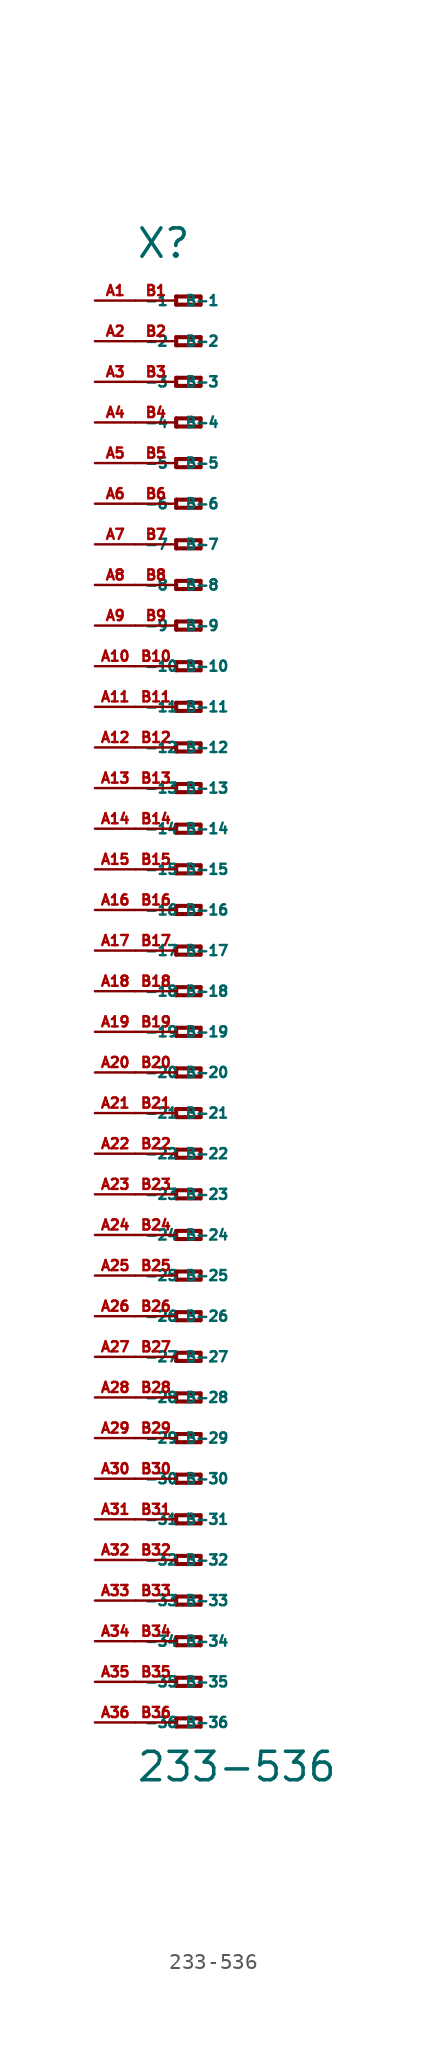
<source format=kicad_sym>
(kicad_symbol_lib
  (version 20220914)
  (generator Eagle2Kicad)
  (symbol "233-536"
    (property "Reference" "X"
      (at -5.08 45.72 0)
      (effects (font (size 1.778 1.778) (thickness 0.22)) (justify left bottom)))
    (property "Value" "233-536"
      (at -5.08 -49.53 0)
      (effects (font (size 1.778 1.778) (thickness 0.22)) (justify left bottom)))
    (polyline
      (pts (xy -2.54 43.434) (xy -2.54 42.926))
      (stroke (width 0.254) (type default))
      (fill (type none)))
    (polyline
      (pts (xy -2.54 42.926) (xy -1.016 42.926))
      (stroke (width 0.254) (type default))
      (fill (type none)))
    (polyline
      (pts (xy -1.016 42.926) (xy -1.016 43.434))
      (stroke (width 0.254) (type default))
      (fill (type none)))
    (polyline
      (pts (xy -1.016 43.434) (xy -2.54 43.434))
      (stroke (width 0.254) (type default))
      (fill (type none)))
    (polyline
      (pts (xy -2.54 40.894) (xy -2.54 40.386))
      (stroke (width 0.254) (type default))
      (fill (type none)))
    (polyline
      (pts (xy -2.54 40.386) (xy -1.016 40.386))
      (stroke (width 0.254) (type default))
      (fill (type none)))
    (polyline
      (pts (xy -1.016 40.386) (xy -1.016 40.894))
      (stroke (width 0.254) (type default))
      (fill (type none)))
    (polyline
      (pts (xy -1.016 40.894) (xy -2.54 40.894))
      (stroke (width 0.254) (type default))
      (fill (type none)))
    (polyline
      (pts (xy -2.54 38.354) (xy -2.54 37.846))
      (stroke (width 0.254) (type default))
      (fill (type none)))
    (polyline
      (pts (xy -2.54 37.846) (xy -1.016 37.846))
      (stroke (width 0.254) (type default))
      (fill (type none)))
    (polyline
      (pts (xy -1.016 37.846) (xy -1.016 38.354))
      (stroke (width 0.254) (type default))
      (fill (type none)))
    (polyline
      (pts (xy -1.016 38.354) (xy -2.54 38.354))
      (stroke (width 0.254) (type default))
      (fill (type none)))
    (polyline
      (pts (xy -2.54 35.814) (xy -2.54 35.306))
      (stroke (width 0.254) (type default))
      (fill (type none)))
    (polyline
      (pts (xy -2.54 35.306) (xy -1.016 35.306))
      (stroke (width 0.254) (type default))
      (fill (type none)))
    (polyline
      (pts (xy -1.016 35.306) (xy -1.016 35.814))
      (stroke (width 0.254) (type default))
      (fill (type none)))
    (polyline
      (pts (xy -1.016 35.814) (xy -2.54 35.814))
      (stroke (width 0.254) (type default))
      (fill (type none)))
    (polyline
      (pts (xy -2.54 33.274) (xy -2.54 32.766))
      (stroke (width 0.254) (type default))
      (fill (type none)))
    (polyline
      (pts (xy -2.54 32.766) (xy -1.016 32.766))
      (stroke (width 0.254) (type default))
      (fill (type none)))
    (polyline
      (pts (xy -1.016 32.766) (xy -1.016 33.274))
      (stroke (width 0.254) (type default))
      (fill (type none)))
    (polyline
      (pts (xy -1.016 33.274) (xy -2.54 33.274))
      (stroke (width 0.254) (type default))
      (fill (type none)))
    (polyline
      (pts (xy -2.54 30.734) (xy -2.54 30.226))
      (stroke (width 0.254) (type default))
      (fill (type none)))
    (polyline
      (pts (xy -2.54 30.226) (xy -1.016 30.226))
      (stroke (width 0.254) (type default))
      (fill (type none)))
    (polyline
      (pts (xy -1.016 30.226) (xy -1.016 30.734))
      (stroke (width 0.254) (type default))
      (fill (type none)))
    (polyline
      (pts (xy -1.016 30.734) (xy -2.54 30.734))
      (stroke (width 0.254) (type default))
      (fill (type none)))
    (polyline
      (pts (xy -2.54 28.194) (xy -2.54 27.686))
      (stroke (width 0.254) (type default))
      (fill (type none)))
    (polyline
      (pts (xy -2.54 27.686) (xy -1.016 27.686))
      (stroke (width 0.254) (type default))
      (fill (type none)))
    (polyline
      (pts (xy -1.016 27.686) (xy -1.016 28.194))
      (stroke (width 0.254) (type default))
      (fill (type none)))
    (polyline
      (pts (xy -1.016 28.194) (xy -2.54 28.194))
      (stroke (width 0.254) (type default))
      (fill (type none)))
    (polyline
      (pts (xy -2.54 25.654) (xy -2.54 25.146))
      (stroke (width 0.254) (type default))
      (fill (type none)))
    (polyline
      (pts (xy -2.54 25.146) (xy -1.016 25.146))
      (stroke (width 0.254) (type default))
      (fill (type none)))
    (polyline
      (pts (xy -1.016 25.146) (xy -1.016 25.654))
      (stroke (width 0.254) (type default))
      (fill (type none)))
    (polyline
      (pts (xy -1.016 25.654) (xy -2.54 25.654))
      (stroke (width 0.254) (type default))
      (fill (type none)))
    (polyline
      (pts (xy -2.54 23.114) (xy -2.54 22.606))
      (stroke (width 0.254) (type default))
      (fill (type none)))
    (polyline
      (pts (xy -2.54 22.606) (xy -1.016 22.606))
      (stroke (width 0.254) (type default))
      (fill (type none)))
    (polyline
      (pts (xy -1.016 22.606) (xy -1.016 23.114))
      (stroke (width 0.254) (type default))
      (fill (type none)))
    (polyline
      (pts (xy -1.016 23.114) (xy -2.54 23.114))
      (stroke (width 0.254) (type default))
      (fill (type none)))
    (polyline
      (pts (xy -2.54 20.574) (xy -2.54 20.066))
      (stroke (width 0.254) (type default))
      (fill (type none)))
    (polyline
      (pts (xy -2.54 20.066) (xy -1.016 20.066))
      (stroke (width 0.254) (type default))
      (fill (type none)))
    (polyline
      (pts (xy -1.016 20.066) (xy -1.016 20.574))
      (stroke (width 0.254) (type default))
      (fill (type none)))
    (polyline
      (pts (xy -1.016 20.574) (xy -2.54 20.574))
      (stroke (width 0.254) (type default))
      (fill (type none)))
    (polyline
      (pts (xy -2.54 18.034) (xy -2.54 17.526))
      (stroke (width 0.254) (type default))
      (fill (type none)))
    (polyline
      (pts (xy -2.54 17.526) (xy -1.016 17.526))
      (stroke (width 0.254) (type default))
      (fill (type none)))
    (polyline
      (pts (xy -1.016 17.526) (xy -1.016 18.034))
      (stroke (width 0.254) (type default))
      (fill (type none)))
    (polyline
      (pts (xy -1.016 18.034) (xy -2.54 18.034))
      (stroke (width 0.254) (type default))
      (fill (type none)))
    (polyline
      (pts (xy -2.54 15.494) (xy -2.54 14.986))
      (stroke (width 0.254) (type default))
      (fill (type none)))
    (polyline
      (pts (xy -2.54 14.986) (xy -1.016 14.986))
      (stroke (width 0.254) (type default))
      (fill (type none)))
    (polyline
      (pts (xy -1.016 14.986) (xy -1.016 15.494))
      (stroke (width 0.254) (type default))
      (fill (type none)))
    (polyline
      (pts (xy -1.016 15.494) (xy -2.54 15.494))
      (stroke (width 0.254) (type default))
      (fill (type none)))
    (polyline
      (pts (xy -2.54 12.954) (xy -2.54 12.446))
      (stroke (width 0.254) (type default))
      (fill (type none)))
    (polyline
      (pts (xy -2.54 12.446) (xy -1.016 12.446))
      (stroke (width 0.254) (type default))
      (fill (type none)))
    (polyline
      (pts (xy -1.016 12.446) (xy -1.016 12.954))
      (stroke (width 0.254) (type default))
      (fill (type none)))
    (polyline
      (pts (xy -1.016 12.954) (xy -2.54 12.954))
      (stroke (width 0.254) (type default))
      (fill (type none)))
    (polyline
      (pts (xy -2.54 10.414) (xy -2.54 9.906))
      (stroke (width 0.254) (type default))
      (fill (type none)))
    (polyline
      (pts (xy -2.54 9.906) (xy -1.016 9.906))
      (stroke (width 0.254) (type default))
      (fill (type none)))
    (polyline
      (pts (xy -1.016 9.906) (xy -1.016 10.414))
      (stroke (width 0.254) (type default))
      (fill (type none)))
    (polyline
      (pts (xy -1.016 10.414) (xy -2.54 10.414))
      (stroke (width 0.254) (type default))
      (fill (type none)))
    (polyline
      (pts (xy -2.54 7.874) (xy -2.54 7.366))
      (stroke (width 0.254) (type default))
      (fill (type none)))
    (polyline
      (pts (xy -2.54 7.366) (xy -1.016 7.366))
      (stroke (width 0.254) (type default))
      (fill (type none)))
    (polyline
      (pts (xy -1.016 7.366) (xy -1.016 7.874))
      (stroke (width 0.254) (type default))
      (fill (type none)))
    (polyline
      (pts (xy -1.016 7.874) (xy -2.54 7.874))
      (stroke (width 0.254) (type default))
      (fill (type none)))
    (polyline
      (pts (xy -2.54 5.334) (xy -2.54 4.826))
      (stroke (width 0.254) (type default))
      (fill (type none)))
    (polyline
      (pts (xy -2.54 4.826) (xy -1.016 4.826))
      (stroke (width 0.254) (type default))
      (fill (type none)))
    (polyline
      (pts (xy -1.016 4.826) (xy -1.016 5.334))
      (stroke (width 0.254) (type default))
      (fill (type none)))
    (polyline
      (pts (xy -1.016 5.334) (xy -2.54 5.334))
      (stroke (width 0.254) (type default))
      (fill (type none)))
    (polyline
      (pts (xy -2.54 2.794) (xy -2.54 2.286))
      (stroke (width 0.254) (type default))
      (fill (type none)))
    (polyline
      (pts (xy -2.54 2.286) (xy -1.016 2.286))
      (stroke (width 0.254) (type default))
      (fill (type none)))
    (polyline
      (pts (xy -1.016 2.286) (xy -1.016 2.794))
      (stroke (width 0.254) (type default))
      (fill (type none)))
    (polyline
      (pts (xy -1.016 2.794) (xy -2.54 2.794))
      (stroke (width 0.254) (type default))
      (fill (type none)))
    (polyline
      (pts (xy -2.54 0.254) (xy -2.54 -0.254))
      (stroke (width 0.254) (type default))
      (fill (type none)))
    (polyline
      (pts (xy -2.54 -0.254) (xy -1.016 -0.254))
      (stroke (width 0.254) (type default))
      (fill (type none)))
    (polyline
      (pts (xy -1.016 -0.254) (xy -1.016 0.254))
      (stroke (width 0.254) (type default))
      (fill (type none)))
    (polyline
      (pts (xy -1.016 0.254) (xy -2.54 0.254))
      (stroke (width 0.254) (type default))
      (fill (type none)))
    (polyline
      (pts (xy -2.54 -2.286) (xy -2.54 -2.794))
      (stroke (width 0.254) (type default))
      (fill (type none)))
    (polyline
      (pts (xy -2.54 -2.794) (xy -1.016 -2.794))
      (stroke (width 0.254) (type default))
      (fill (type none)))
    (polyline
      (pts (xy -1.016 -2.794) (xy -1.016 -2.286))
      (stroke (width 0.254) (type default))
      (fill (type none)))
    (polyline
      (pts (xy -1.016 -2.286) (xy -2.54 -2.286))
      (stroke (width 0.254) (type default))
      (fill (type none)))
    (polyline
      (pts (xy -2.54 -4.826) (xy -2.54 -5.334))
      (stroke (width 0.254) (type default))
      (fill (type none)))
    (polyline
      (pts (xy -2.54 -5.334) (xy -1.016 -5.334))
      (stroke (width 0.254) (type default))
      (fill (type none)))
    (polyline
      (pts (xy -1.016 -5.334) (xy -1.016 -4.826))
      (stroke (width 0.254) (type default))
      (fill (type none)))
    (polyline
      (pts (xy -1.016 -4.826) (xy -2.54 -4.826))
      (stroke (width 0.254) (type default))
      (fill (type none)))
    (polyline
      (pts (xy -2.54 -7.366) (xy -2.54 -7.874))
      (stroke (width 0.254) (type default))
      (fill (type none)))
    (polyline
      (pts (xy -2.54 -7.874) (xy -1.016 -7.874))
      (stroke (width 0.254) (type default))
      (fill (type none)))
    (polyline
      (pts (xy -1.016 -7.874) (xy -1.016 -7.366))
      (stroke (width 0.254) (type default))
      (fill (type none)))
    (polyline
      (pts (xy -1.016 -7.366) (xy -2.54 -7.366))
      (stroke (width 0.254) (type default))
      (fill (type none)))
    (polyline
      (pts (xy -2.54 -9.906) (xy -2.54 -10.414))
      (stroke (width 0.254) (type default))
      (fill (type none)))
    (polyline
      (pts (xy -2.54 -10.414) (xy -1.016 -10.414))
      (stroke (width 0.254) (type default))
      (fill (type none)))
    (polyline
      (pts (xy -1.016 -10.414) (xy -1.016 -9.906))
      (stroke (width 0.254) (type default))
      (fill (type none)))
    (polyline
      (pts (xy -1.016 -9.906) (xy -2.54 -9.906))
      (stroke (width 0.254) (type default))
      (fill (type none)))
    (polyline
      (pts (xy -2.54 -12.446) (xy -2.54 -12.954))
      (stroke (width 0.254) (type default))
      (fill (type none)))
    (polyline
      (pts (xy -2.54 -12.954) (xy -1.016 -12.954))
      (stroke (width 0.254) (type default))
      (fill (type none)))
    (polyline
      (pts (xy -1.016 -12.954) (xy -1.016 -12.446))
      (stroke (width 0.254) (type default))
      (fill (type none)))
    (polyline
      (pts (xy -1.016 -12.446) (xy -2.54 -12.446))
      (stroke (width 0.254) (type default))
      (fill (type none)))
    (polyline
      (pts (xy -2.54 -14.986) (xy -2.54 -15.494))
      (stroke (width 0.254) (type default))
      (fill (type none)))
    (polyline
      (pts (xy -2.54 -15.494) (xy -1.016 -15.494))
      (stroke (width 0.254) (type default))
      (fill (type none)))
    (polyline
      (pts (xy -1.016 -15.494) (xy -1.016 -14.986))
      (stroke (width 0.254) (type default))
      (fill (type none)))
    (polyline
      (pts (xy -1.016 -14.986) (xy -2.54 -14.986))
      (stroke (width 0.254) (type default))
      (fill (type none)))
    (polyline
      (pts (xy -2.54 -17.526) (xy -2.54 -18.034))
      (stroke (width 0.254) (type default))
      (fill (type none)))
    (polyline
      (pts (xy -2.54 -18.034) (xy -1.016 -18.034))
      (stroke (width 0.254) (type default))
      (fill (type none)))
    (polyline
      (pts (xy -1.016 -18.034) (xy -1.016 -17.526))
      (stroke (width 0.254) (type default))
      (fill (type none)))
    (polyline
      (pts (xy -1.016 -17.526) (xy -2.54 -17.526))
      (stroke (width 0.254) (type default))
      (fill (type none)))
    (polyline
      (pts (xy -2.54 -20.066) (xy -2.54 -20.574))
      (stroke (width 0.254) (type default))
      (fill (type none)))
    (polyline
      (pts (xy -2.54 -20.574) (xy -1.016 -20.574))
      (stroke (width 0.254) (type default))
      (fill (type none)))
    (polyline
      (pts (xy -1.016 -20.574) (xy -1.016 -20.066))
      (stroke (width 0.254) (type default))
      (fill (type none)))
    (polyline
      (pts (xy -1.016 -20.066) (xy -2.54 -20.066))
      (stroke (width 0.254) (type default))
      (fill (type none)))
    (polyline
      (pts (xy -2.54 -22.606) (xy -2.54 -23.114))
      (stroke (width 0.254) (type default))
      (fill (type none)))
    (polyline
      (pts (xy -2.54 -23.114) (xy -1.016 -23.114))
      (stroke (width 0.254) (type default))
      (fill (type none)))
    (polyline
      (pts (xy -1.016 -23.114) (xy -1.016 -22.606))
      (stroke (width 0.254) (type default))
      (fill (type none)))
    (polyline
      (pts (xy -1.016 -22.606) (xy -2.54 -22.606))
      (stroke (width 0.254) (type default))
      (fill (type none)))
    (polyline
      (pts (xy -2.54 -25.146) (xy -2.54 -25.654))
      (stroke (width 0.254) (type default))
      (fill (type none)))
    (polyline
      (pts (xy -2.54 -25.654) (xy -1.016 -25.654))
      (stroke (width 0.254) (type default))
      (fill (type none)))
    (polyline
      (pts (xy -1.016 -25.654) (xy -1.016 -25.146))
      (stroke (width 0.254) (type default))
      (fill (type none)))
    (polyline
      (pts (xy -1.016 -25.146) (xy -2.54 -25.146))
      (stroke (width 0.254) (type default))
      (fill (type none)))
    (polyline
      (pts (xy -2.54 -27.686) (xy -2.54 -28.194))
      (stroke (width 0.254) (type default))
      (fill (type none)))
    (polyline
      (pts (xy -2.54 -28.194) (xy -1.016 -28.194))
      (stroke (width 0.254) (type default))
      (fill (type none)))
    (polyline
      (pts (xy -1.016 -28.194) (xy -1.016 -27.686))
      (stroke (width 0.254) (type default))
      (fill (type none)))
    (polyline
      (pts (xy -1.016 -27.686) (xy -2.54 -27.686))
      (stroke (width 0.254) (type default))
      (fill (type none)))
    (polyline
      (pts (xy -2.54 -30.226) (xy -2.54 -30.734))
      (stroke (width 0.254) (type default))
      (fill (type none)))
    (polyline
      (pts (xy -2.54 -30.734) (xy -1.016 -30.734))
      (stroke (width 0.254) (type default))
      (fill (type none)))
    (polyline
      (pts (xy -1.016 -30.734) (xy -1.016 -30.226))
      (stroke (width 0.254) (type default))
      (fill (type none)))
    (polyline
      (pts (xy -1.016 -30.226) (xy -2.54 -30.226))
      (stroke (width 0.254) (type default))
      (fill (type none)))
    (polyline
      (pts (xy -2.54 -32.766) (xy -2.54 -33.274))
      (stroke (width 0.254) (type default))
      (fill (type none)))
    (polyline
      (pts (xy -2.54 -33.274) (xy -1.016 -33.274))
      (stroke (width 0.254) (type default))
      (fill (type none)))
    (polyline
      (pts (xy -1.016 -33.274) (xy -1.016 -32.766))
      (stroke (width 0.254) (type default))
      (fill (type none)))
    (polyline
      (pts (xy -1.016 -32.766) (xy -2.54 -32.766))
      (stroke (width 0.254) (type default))
      (fill (type none)))
    (polyline
      (pts (xy -2.54 -35.306) (xy -2.54 -35.814))
      (stroke (width 0.254) (type default))
      (fill (type none)))
    (polyline
      (pts (xy -2.54 -35.814) (xy -1.016 -35.814))
      (stroke (width 0.254) (type default))
      (fill (type none)))
    (polyline
      (pts (xy -1.016 -35.814) (xy -1.016 -35.306))
      (stroke (width 0.254) (type default))
      (fill (type none)))
    (polyline
      (pts (xy -1.016 -35.306) (xy -2.54 -35.306))
      (stroke (width 0.254) (type default))
      (fill (type none)))
    (polyline
      (pts (xy -2.54 -37.846) (xy -2.54 -38.354))
      (stroke (width 0.254) (type default))
      (fill (type none)))
    (polyline
      (pts (xy -2.54 -38.354) (xy -1.016 -38.354))
      (stroke (width 0.254) (type default))
      (fill (type none)))
    (polyline
      (pts (xy -1.016 -38.354) (xy -1.016 -37.846))
      (stroke (width 0.254) (type default))
      (fill (type none)))
    (polyline
      (pts (xy -1.016 -37.846) (xy -2.54 -37.846))
      (stroke (width 0.254) (type default))
      (fill (type none)))
    (polyline
      (pts (xy -2.54 -40.386) (xy -2.54 -40.894))
      (stroke (width 0.254) (type default))
      (fill (type none)))
    (polyline
      (pts (xy -2.54 -40.894) (xy -1.016 -40.894))
      (stroke (width 0.254) (type default))
      (fill (type none)))
    (polyline
      (pts (xy -1.016 -40.894) (xy -1.016 -40.386))
      (stroke (width 0.254) (type default))
      (fill (type none)))
    (polyline
      (pts (xy -1.016 -40.386) (xy -2.54 -40.386))
      (stroke (width 0.254) (type default))
      (fill (type none)))
    (polyline
      (pts (xy -2.54 -42.926) (xy -2.54 -43.434))
      (stroke (width 0.254) (type default))
      (fill (type none)))
    (polyline
      (pts (xy -2.54 -43.434) (xy -1.016 -43.434))
      (stroke (width 0.254) (type default))
      (fill (type none)))
    (polyline
      (pts (xy -1.016 -43.434) (xy -1.016 -42.926))
      (stroke (width 0.254) (type default))
      (fill (type none)))
    (polyline
      (pts (xy -1.016 -42.926) (xy -2.54 -42.926))
      (stroke (width 0.254) (type default))
      (fill (type none)))
    (polyline
      (pts (xy -2.54 -45.466) (xy -2.54 -45.974))
      (stroke (width 0.254) (type default))
      (fill (type none)))
    (polyline
      (pts (xy -2.54 -45.974) (xy -1.016 -45.974))
      (stroke (width 0.254) (type default))
      (fill (type none)))
    (polyline
      (pts (xy -1.016 -45.974) (xy -1.016 -45.466))
      (stroke (width 0.254) (type default))
      (fill (type none)))
    (polyline
      (pts (xy -1.016 -45.466) (xy -2.54 -45.466))
      (stroke (width 0.254) (type default))
      (fill (type none)))
    (pin passive line
      (at -7.62 43.18 0)
      (length 2.54)
      (name "-1" (effects (font (size 0.635 0.635) (thickness 0.08)) (justify left bottom)))
      (number "A1" (effects (font (size 0.635 0.635) (thickness 0.08)) (justify left bottom))))
    (pin passive line
      (at -7.62 40.64 0)
      (length 2.54)
      (name "-2" (effects (font (size 0.635 0.635) (thickness 0.08)) (justify left bottom)))
      (number "A2" (effects (font (size 0.635 0.635) (thickness 0.08)) (justify left bottom))))
    (pin passive line
      (at -7.62 38.1 0)
      (length 2.54)
      (name "-3" (effects (font (size 0.635 0.635) (thickness 0.08)) (justify left bottom)))
      (number "A3" (effects (font (size 0.635 0.635) (thickness 0.08)) (justify left bottom))))
    (pin passive line
      (at -7.62 35.56 0)
      (length 2.54)
      (name "-4" (effects (font (size 0.635 0.635) (thickness 0.08)) (justify left bottom)))
      (number "A4" (effects (font (size 0.635 0.635) (thickness 0.08)) (justify left bottom))))
    (pin passive line
      (at -7.62 33.02 0)
      (length 2.54)
      (name "-5" (effects (font (size 0.635 0.635) (thickness 0.08)) (justify left bottom)))
      (number "A5" (effects (font (size 0.635 0.635) (thickness 0.08)) (justify left bottom))))
    (pin passive line
      (at -7.62 30.48 0)
      (length 2.54)
      (name "-6" (effects (font (size 0.635 0.635) (thickness 0.08)) (justify left bottom)))
      (number "A6" (effects (font (size 0.635 0.635) (thickness 0.08)) (justify left bottom))))
    (pin passive line
      (at -7.62 27.94 0)
      (length 2.54)
      (name "-7" (effects (font (size 0.635 0.635) (thickness 0.08)) (justify left bottom)))
      (number "A7" (effects (font (size 0.635 0.635) (thickness 0.08)) (justify left bottom))))
    (pin passive line
      (at -7.62 25.4 0)
      (length 2.54)
      (name "-8" (effects (font (size 0.635 0.635) (thickness 0.08)) (justify left bottom)))
      (number "A8" (effects (font (size 0.635 0.635) (thickness 0.08)) (justify left bottom))))
    (pin passive line
      (at -7.62 22.86 0)
      (length 2.54)
      (name "-9" (effects (font (size 0.635 0.635) (thickness 0.08)) (justify left bottom)))
      (number "A9" (effects (font (size 0.635 0.635) (thickness 0.08)) (justify left bottom))))
    (pin passive line
      (at -7.62 20.32 0)
      (length 2.54)
      (name "-10" (effects (font (size 0.635 0.635) (thickness 0.08)) (justify left bottom)))
      (number "A10" (effects (font (size 0.635 0.635) (thickness 0.08)) (justify left bottom))))
    (pin passive line
      (at -7.62 17.78 0)
      (length 2.54)
      (name "-11" (effects (font (size 0.635 0.635) (thickness 0.08)) (justify left bottom)))
      (number "A11" (effects (font (size 0.635 0.635) (thickness 0.08)) (justify left bottom))))
    (pin passive line
      (at -7.62 15.24 0)
      (length 2.54)
      (name "-12" (effects (font (size 0.635 0.635) (thickness 0.08)) (justify left bottom)))
      (number "A12" (effects (font (size 0.635 0.635) (thickness 0.08)) (justify left bottom))))
    (pin passive line
      (at -7.62 12.7 0)
      (length 2.54)
      (name "-13" (effects (font (size 0.635 0.635) (thickness 0.08)) (justify left bottom)))
      (number "A13" (effects (font (size 0.635 0.635) (thickness 0.08)) (justify left bottom))))
    (pin passive line
      (at -7.62 10.16 0)
      (length 2.54)
      (name "-14" (effects (font (size 0.635 0.635) (thickness 0.08)) (justify left bottom)))
      (number "A14" (effects (font (size 0.635 0.635) (thickness 0.08)) (justify left bottom))))
    (pin passive line
      (at -7.62 7.62 0)
      (length 2.54)
      (name "-15" (effects (font (size 0.635 0.635) (thickness 0.08)) (justify left bottom)))
      (number "A15" (effects (font (size 0.635 0.635) (thickness 0.08)) (justify left bottom))))
    (pin passive line
      (at -7.62 5.08 0)
      (length 2.54)
      (name "-16" (effects (font (size 0.635 0.635) (thickness 0.08)) (justify left bottom)))
      (number "A16" (effects (font (size 0.635 0.635) (thickness 0.08)) (justify left bottom))))
    (pin passive line
      (at -7.62 2.54 0)
      (length 2.54)
      (name "-17" (effects (font (size 0.635 0.635) (thickness 0.08)) (justify left bottom)))
      (number "A17" (effects (font (size 0.635 0.635) (thickness 0.08)) (justify left bottom))))
    (pin passive line
      (at -7.62 0 0)
      (length 2.54)
      (name "-18" (effects (font (size 0.635 0.635) (thickness 0.08)) (justify left bottom)))
      (number "A18" (effects (font (size 0.635 0.635) (thickness 0.08)) (justify left bottom))))
    (pin passive line
      (at -7.62 -2.54 0)
      (length 2.54)
      (name "-19" (effects (font (size 0.635 0.635) (thickness 0.08)) (justify left bottom)))
      (number "A19" (effects (font (size 0.635 0.635) (thickness 0.08)) (justify left bottom))))
    (pin passive line
      (at -7.62 -5.08 0)
      (length 2.54)
      (name "-20" (effects (font (size 0.635 0.635) (thickness 0.08)) (justify left bottom)))
      (number "A20" (effects (font (size 0.635 0.635) (thickness 0.08)) (justify left bottom))))
    (pin passive line
      (at -7.62 -7.62 0)
      (length 2.54)
      (name "-21" (effects (font (size 0.635 0.635) (thickness 0.08)) (justify left bottom)))
      (number "A21" (effects (font (size 0.635 0.635) (thickness 0.08)) (justify left bottom))))
    (pin passive line
      (at -7.62 -10.16 0)
      (length 2.54)
      (name "-22" (effects (font (size 0.635 0.635) (thickness 0.08)) (justify left bottom)))
      (number "A22" (effects (font (size 0.635 0.635) (thickness 0.08)) (justify left bottom))))
    (pin passive line
      (at -7.62 -12.7 0)
      (length 2.54)
      (name "-23" (effects (font (size 0.635 0.635) (thickness 0.08)) (justify left bottom)))
      (number "A23" (effects (font (size 0.635 0.635) (thickness 0.08)) (justify left bottom))))
    (pin passive line
      (at -7.62 -15.24 0)
      (length 2.54)
      (name "-24" (effects (font (size 0.635 0.635) (thickness 0.08)) (justify left bottom)))
      (number "A24" (effects (font (size 0.635 0.635) (thickness 0.08)) (justify left bottom))))
    (pin passive line
      (at -7.62 -17.78 0)
      (length 2.54)
      (name "-25" (effects (font (size 0.635 0.635) (thickness 0.08)) (justify left bottom)))
      (number "A25" (effects (font (size 0.635 0.635) (thickness 0.08)) (justify left bottom))))
    (pin passive line
      (at -7.62 -20.32 0)
      (length 2.54)
      (name "-26" (effects (font (size 0.635 0.635) (thickness 0.08)) (justify left bottom)))
      (number "A26" (effects (font (size 0.635 0.635) (thickness 0.08)) (justify left bottom))))
    (pin passive line
      (at -7.62 -22.86 0)
      (length 2.54)
      (name "-27" (effects (font (size 0.635 0.635) (thickness 0.08)) (justify left bottom)))
      (number "A27" (effects (font (size 0.635 0.635) (thickness 0.08)) (justify left bottom))))
    (pin passive line
      (at -7.62 -25.4 0)
      (length 2.54)
      (name "-28" (effects (font (size 0.635 0.635) (thickness 0.08)) (justify left bottom)))
      (number "A28" (effects (font (size 0.635 0.635) (thickness 0.08)) (justify left bottom))))
    (pin passive line
      (at -7.62 -27.94 0)
      (length 2.54)
      (name "-29" (effects (font (size 0.635 0.635) (thickness 0.08)) (justify left bottom)))
      (number "A29" (effects (font (size 0.635 0.635) (thickness 0.08)) (justify left bottom))))
    (pin passive line
      (at -7.62 -30.48 0)
      (length 2.54)
      (name "-30" (effects (font (size 0.635 0.635) (thickness 0.08)) (justify left bottom)))
      (number "A30" (effects (font (size 0.635 0.635) (thickness 0.08)) (justify left bottom))))
    (pin passive line
      (at -7.62 -33.02 0)
      (length 2.54)
      (name "-31" (effects (font (size 0.635 0.635) (thickness 0.08)) (justify left bottom)))
      (number "A31" (effects (font (size 0.635 0.635) (thickness 0.08)) (justify left bottom))))
    (pin passive line
      (at -7.62 -35.56 0)
      (length 2.54)
      (name "-32" (effects (font (size 0.635 0.635) (thickness 0.08)) (justify left bottom)))
      (number "A32" (effects (font (size 0.635 0.635) (thickness 0.08)) (justify left bottom))))
    (pin passive line
      (at -7.62 -38.1 0)
      (length 2.54)
      (name "-33" (effects (font (size 0.635 0.635) (thickness 0.08)) (justify left bottom)))
      (number "A33" (effects (font (size 0.635 0.635) (thickness 0.08)) (justify left bottom))))
    (pin passive line
      (at -7.62 -40.64 0)
      (length 2.54)
      (name "-34" (effects (font (size 0.635 0.635) (thickness 0.08)) (justify left bottom)))
      (number "A34" (effects (font (size 0.635 0.635) (thickness 0.08)) (justify left bottom))))
    (pin passive line
      (at -7.62 -43.18 0)
      (length 2.54)
      (name "-35" (effects (font (size 0.635 0.635) (thickness 0.08)) (justify left bottom)))
      (number "A35" (effects (font (size 0.635 0.635) (thickness 0.08)) (justify left bottom))))
    (pin passive line
      (at -7.62 -45.72 0)
      (length 2.54)
      (name "-36" (effects (font (size 0.635 0.635) (thickness 0.08)) (justify left bottom)))
      (number "A36" (effects (font (size 0.635 0.635) (thickness 0.08)) (justify left bottom))))
    (pin passive line
      (at -5.08 -45.72 0)
      (length 2.54)
      (name "B-36" (effects (font (size 0.635 0.635) (thickness 0.08)) (justify left bottom)))
      (number "B36" (effects (font (size 0.635 0.635) (thickness 0.08)) (justify left bottom))))
    (pin passive line
      (at -5.08 43.18 0)
      (length 2.54)
      (name "B-1" (effects (font (size 0.635 0.635) (thickness 0.08)) (justify left bottom)))
      (number "B1" (effects (font (size 0.635 0.635) (thickness 0.08)) (justify left bottom))))
    (pin passive line
      (at -5.08 40.64 0)
      (length 2.54)
      (name "B-2" (effects (font (size 0.635 0.635) (thickness 0.08)) (justify left bottom)))
      (number "B2" (effects (font (size 0.635 0.635) (thickness 0.08)) (justify left bottom))))
    (pin passive line
      (at -5.08 38.1 0)
      (length 2.54)
      (name "B-3" (effects (font (size 0.635 0.635) (thickness 0.08)) (justify left bottom)))
      (number "B3" (effects (font (size 0.635 0.635) (thickness 0.08)) (justify left bottom))))
    (pin passive line
      (at -5.08 35.56 0)
      (length 2.54)
      (name "B-4" (effects (font (size 0.635 0.635) (thickness 0.08)) (justify left bottom)))
      (number "B4" (effects (font (size 0.635 0.635) (thickness 0.08)) (justify left bottom))))
    (pin passive line
      (at -5.08 33.02 0)
      (length 2.54)
      (name "B-5" (effects (font (size 0.635 0.635) (thickness 0.08)) (justify left bottom)))
      (number "B5" (effects (font (size 0.635 0.635) (thickness 0.08)) (justify left bottom))))
    (pin passive line
      (at -5.08 30.48 0)
      (length 2.54)
      (name "B-6" (effects (font (size 0.635 0.635) (thickness 0.08)) (justify left bottom)))
      (number "B6" (effects (font (size 0.635 0.635) (thickness 0.08)) (justify left bottom))))
    (pin passive line
      (at -5.08 27.94 0)
      (length 2.54)
      (name "B-7" (effects (font (size 0.635 0.635) (thickness 0.08)) (justify left bottom)))
      (number "B7" (effects (font (size 0.635 0.635) (thickness 0.08)) (justify left bottom))))
    (pin passive line
      (at -5.08 25.4 0)
      (length 2.54)
      (name "B-8" (effects (font (size 0.635 0.635) (thickness 0.08)) (justify left bottom)))
      (number "B8" (effects (font (size 0.635 0.635) (thickness 0.08)) (justify left bottom))))
    (pin passive line
      (at -5.08 22.86 0)
      (length 2.54)
      (name "B-9" (effects (font (size 0.635 0.635) (thickness 0.08)) (justify left bottom)))
      (number "B9" (effects (font (size 0.635 0.635) (thickness 0.08)) (justify left bottom))))
    (pin passive line
      (at -5.08 20.32 0)
      (length 2.54)
      (name "B-10" (effects (font (size 0.635 0.635) (thickness 0.08)) (justify left bottom)))
      (number "B10" (effects (font (size 0.635 0.635) (thickness 0.08)) (justify left bottom))))
    (pin passive line
      (at -5.08 17.78 0)
      (length 2.54)
      (name "B-11" (effects (font (size 0.635 0.635) (thickness 0.08)) (justify left bottom)))
      (number "B11" (effects (font (size 0.635 0.635) (thickness 0.08)) (justify left bottom))))
    (pin passive line
      (at -5.08 15.24 0)
      (length 2.54)
      (name "B-12" (effects (font (size 0.635 0.635) (thickness 0.08)) (justify left bottom)))
      (number "B12" (effects (font (size 0.635 0.635) (thickness 0.08)) (justify left bottom))))
    (pin passive line
      (at -5.08 12.7 0)
      (length 2.54)
      (name "B-13" (effects (font (size 0.635 0.635) (thickness 0.08)) (justify left bottom)))
      (number "B13" (effects (font (size 0.635 0.635) (thickness 0.08)) (justify left bottom))))
    (pin passive line
      (at -5.08 10.16 0)
      (length 2.54)
      (name "B-14" (effects (font (size 0.635 0.635) (thickness 0.08)) (justify left bottom)))
      (number "B14" (effects (font (size 0.635 0.635) (thickness 0.08)) (justify left bottom))))
    (pin passive line
      (at -5.08 7.62 0)
      (length 2.54)
      (name "B-15" (effects (font (size 0.635 0.635) (thickness 0.08)) (justify left bottom)))
      (number "B15" (effects (font (size 0.635 0.635) (thickness 0.08)) (justify left bottom))))
    (pin passive line
      (at -5.08 5.08 0)
      (length 2.54)
      (name "B-16" (effects (font (size 0.635 0.635) (thickness 0.08)) (justify left bottom)))
      (number "B16" (effects (font (size 0.635 0.635) (thickness 0.08)) (justify left bottom))))
    (pin passive line
      (at -5.08 2.54 0)
      (length 2.54)
      (name "B-17" (effects (font (size 0.635 0.635) (thickness 0.08)) (justify left bottom)))
      (number "B17" (effects (font (size 0.635 0.635) (thickness 0.08)) (justify left bottom))))
    (pin passive line
      (at -5.08 0 0)
      (length 2.54)
      (name "B-18" (effects (font (size 0.635 0.635) (thickness 0.08)) (justify left bottom)))
      (number "B18" (effects (font (size 0.635 0.635) (thickness 0.08)) (justify left bottom))))
    (pin passive line
      (at -5.08 -2.54 0)
      (length 2.54)
      (name "B-19" (effects (font (size 0.635 0.635) (thickness 0.08)) (justify left bottom)))
      (number "B19" (effects (font (size 0.635 0.635) (thickness 0.08)) (justify left bottom))))
    (pin passive line
      (at -5.08 -5.08 0)
      (length 2.54)
      (name "B-20" (effects (font (size 0.635 0.635) (thickness 0.08)) (justify left bottom)))
      (number "B20" (effects (font (size 0.635 0.635) (thickness 0.08)) (justify left bottom))))
    (pin passive line
      (at -5.08 -7.62 0)
      (length 2.54)
      (name "B-21" (effects (font (size 0.635 0.635) (thickness 0.08)) (justify left bottom)))
      (number "B21" (effects (font (size 0.635 0.635) (thickness 0.08)) (justify left bottom))))
    (pin passive line
      (at -5.08 -10.16 0)
      (length 2.54)
      (name "B-22" (effects (font (size 0.635 0.635) (thickness 0.08)) (justify left bottom)))
      (number "B22" (effects (font (size 0.635 0.635) (thickness 0.08)) (justify left bottom))))
    (pin passive line
      (at -5.08 -12.7 0)
      (length 2.54)
      (name "B-23" (effects (font (size 0.635 0.635) (thickness 0.08)) (justify left bottom)))
      (number "B23" (effects (font (size 0.635 0.635) (thickness 0.08)) (justify left bottom))))
    (pin passive line
      (at -5.08 -15.24 0)
      (length 2.54)
      (name "B-24" (effects (font (size 0.635 0.635) (thickness 0.08)) (justify left bottom)))
      (number "B24" (effects (font (size 0.635 0.635) (thickness 0.08)) (justify left bottom))))
    (pin passive line
      (at -5.08 -17.78 0)
      (length 2.54)
      (name "B-25" (effects (font (size 0.635 0.635) (thickness 0.08)) (justify left bottom)))
      (number "B25" (effects (font (size 0.635 0.635) (thickness 0.08)) (justify left bottom))))
    (pin passive line
      (at -5.08 -20.32 0)
      (length 2.54)
      (name "B-26" (effects (font (size 0.635 0.635) (thickness 0.08)) (justify left bottom)))
      (number "B26" (effects (font (size 0.635 0.635) (thickness 0.08)) (justify left bottom))))
    (pin passive line
      (at -5.08 -22.86 0)
      (length 2.54)
      (name "B-27" (effects (font (size 0.635 0.635) (thickness 0.08)) (justify left bottom)))
      (number "B27" (effects (font (size 0.635 0.635) (thickness 0.08)) (justify left bottom))))
    (pin passive line
      (at -5.08 -25.4 0)
      (length 2.54)
      (name "B-28" (effects (font (size 0.635 0.635) (thickness 0.08)) (justify left bottom)))
      (number "B28" (effects (font (size 0.635 0.635) (thickness 0.08)) (justify left bottom))))
    (pin passive line
      (at -5.08 -27.94 0)
      (length 2.54)
      (name "B-29" (effects (font (size 0.635 0.635) (thickness 0.08)) (justify left bottom)))
      (number "B29" (effects (font (size 0.635 0.635) (thickness 0.08)) (justify left bottom))))
    (pin passive line
      (at -5.08 -30.48 0)
      (length 2.54)
      (name "B-30" (effects (font (size 0.635 0.635) (thickness 0.08)) (justify left bottom)))
      (number "B30" (effects (font (size 0.635 0.635) (thickness 0.08)) (justify left bottom))))
    (pin passive line
      (at -5.08 -33.02 0)
      (length 2.54)
      (name "B-31" (effects (font (size 0.635 0.635) (thickness 0.08)) (justify left bottom)))
      (number "B31" (effects (font (size 0.635 0.635) (thickness 0.08)) (justify left bottom))))
    (pin passive line
      (at -5.08 -35.56 0)
      (length 2.54)
      (name "B-32" (effects (font (size 0.635 0.635) (thickness 0.08)) (justify left bottom)))
      (number "B32" (effects (font (size 0.635 0.635) (thickness 0.08)) (justify left bottom))))
    (pin passive line
      (at -5.08 -38.1 0)
      (length 2.54)
      (name "B-33" (effects (font (size 0.635 0.635) (thickness 0.08)) (justify left bottom)))
      (number "B33" (effects (font (size 0.635 0.635) (thickness 0.08)) (justify left bottom))))
    (pin passive line
      (at -5.08 -40.64 0)
      (length 2.54)
      (name "B-34" (effects (font (size 0.635 0.635) (thickness 0.08)) (justify left bottom)))
      (number "B34" (effects (font (size 0.635 0.635) (thickness 0.08)) (justify left bottom))))
    (pin passive line
      (at -5.08 -43.18 0)
      (length 2.54)
      (name "B-35" (effects (font (size 0.635 0.635) (thickness 0.08)) (justify left bottom)))
      (number "B35" (effects (font (size 0.635 0.635) (thickness 0.08)) (justify left bottom))))))
</source>
